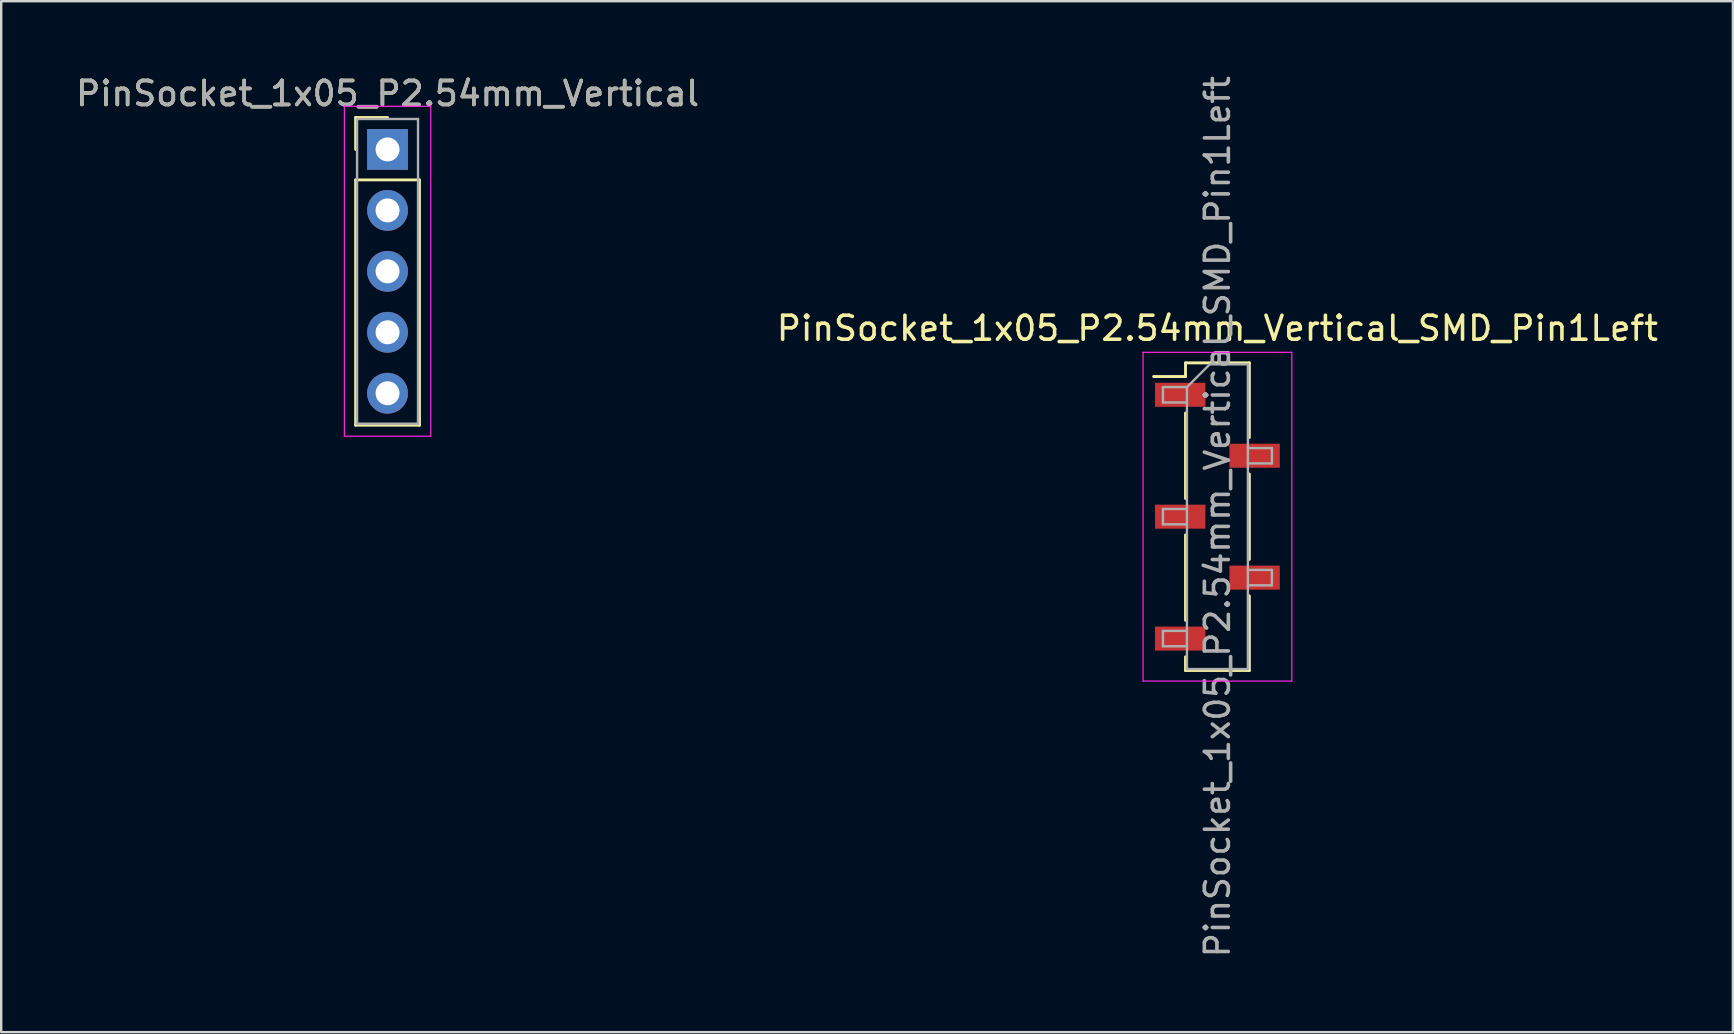
<source format=kicad_pcb>
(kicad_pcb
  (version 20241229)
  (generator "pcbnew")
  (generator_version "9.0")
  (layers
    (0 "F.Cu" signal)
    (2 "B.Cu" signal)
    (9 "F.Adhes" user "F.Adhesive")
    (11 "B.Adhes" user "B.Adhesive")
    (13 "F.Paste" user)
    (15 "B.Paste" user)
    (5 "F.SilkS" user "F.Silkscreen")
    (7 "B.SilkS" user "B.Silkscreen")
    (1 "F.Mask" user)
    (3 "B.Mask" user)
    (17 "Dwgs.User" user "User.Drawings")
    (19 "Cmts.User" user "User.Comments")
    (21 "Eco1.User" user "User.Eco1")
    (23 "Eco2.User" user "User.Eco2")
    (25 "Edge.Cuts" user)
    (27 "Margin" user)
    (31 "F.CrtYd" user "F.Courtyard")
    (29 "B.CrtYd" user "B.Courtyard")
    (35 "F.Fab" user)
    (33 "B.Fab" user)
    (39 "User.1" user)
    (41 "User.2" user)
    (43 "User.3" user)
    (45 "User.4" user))
  (footprint "PinSocket_1x05_P2.54mm_Vertical_SMD_Pin1Left"
    (layer "F.Cu")
    (at 47.685 18.482)
    (property "Reference" "PinSocket_1x05_P2.54mm_Vertical_SMD_Pin1Left" (at 0 -7.85 0) (layer "F.SilkS") (effects (font (size 1 1) (thickness 0.15))))
    (attr smd)
    (fp_line (start -2.66 -5.84) (end -1.33 -5.84) (stroke (width 0.12) (type solid)) (layer "F.SilkS"))
    (fp_line (start -1.33 -6.41) (end 1.33 -6.41) (stroke (width 0.12) (type solid)) (layer "F.SilkS"))
    (fp_line (start -1.33 -5.84) (end -1.33 -6.41) (stroke (width 0.12) (type solid)) (layer "F.SilkS"))
    (fp_line (start -1.33 -4.32) (end -1.33 -0.76) (stroke (width 0.12) (type solid)) (layer "F.SilkS"))
    (fp_line (start -1.33 0.76) (end -1.33 4.32) (stroke (width 0.12) (type solid)) (layer "F.SilkS"))
    (fp_line (start -1.33 6.41) (end -1.33 5.84) (stroke (width 0.12) (type solid)) (layer "F.SilkS"))
    (fp_line (start 1.33 -6.41) (end 1.33 -3.3) (stroke (width 0.12) (type solid)) (layer "F.SilkS"))
    (fp_line (start 1.33 -1.78) (end 1.33 1.78) (stroke (width 0.12) (type solid)) (layer "F.SilkS"))
    (fp_line (start 1.33 3.3) (end 1.33 6.41) (stroke (width 0.12) (type solid)) (layer "F.SilkS"))
    (fp_line (start 1.33 6.41) (end -1.33 6.41) (stroke (width 0.12) (type solid)) (layer "F.SilkS"))
    (fp_line (start -3.1 -6.85) (end 3.1 -6.85) (stroke (width 0.05) (type solid)) (layer "F.CrtYd"))
    (fp_line (start -3.1 6.85) (end -3.1 -6.85) (stroke (width 0.05) (type solid)) (layer "F.CrtYd"))
    (fp_line (start 3.1 -6.85) (end 3.1 6.85) (stroke (width 0.05) (type solid)) (layer "F.CrtYd"))
    (fp_line (start 3.1 6.85) (end -3.1 6.85) (stroke (width 0.05) (type solid)) (layer "F.CrtYd"))
    (fp_line (start -2.27 -5.4) (end -1.27 -5.4) (stroke (width 0.1) (type solid)) (layer "F.Fab"))
    (fp_line (start -2.27 -4.76) (end -2.27 -5.4) (stroke (width 0.1) (type solid)) (layer "F.Fab"))
    (fp_line (start -2.27 -0.32) (end -1.27 -0.32) (stroke (width 0.1) (type solid)) (layer "F.Fab"))
    (fp_line (start -2.27 0.32) (end -2.27 -0.32) (stroke (width 0.1) (type solid)) (layer "F.Fab"))
    (fp_line (start -2.27 4.76) (end -1.27 4.76) (stroke (width 0.1) (type solid)) (layer "F.Fab"))
    (fp_line (start -2.27 5.4) (end -2.27 4.76) (stroke (width 0.1) (type solid)) (layer "F.Fab"))
    (fp_line (start -1.27 -5.4) (end -0.32 -6.35) (stroke (width 0.1) (type solid)) (layer "F.Fab"))
    (fp_line (start -1.27 -4.76) (end -2.27 -4.76) (stroke (width 0.1) (type solid)) (layer "F.Fab"))
    (fp_line (start -1.27 0.32) (end -2.27 0.32) (stroke (width 0.1) (type solid)) (layer "F.Fab"))
    (fp_line (start -1.27 5.4) (end -2.27 5.4) (stroke (width 0.1) (type solid)) (layer "F.Fab"))
    (fp_line (start -1.27 6.35) (end -1.27 -5.4) (stroke (width 0.1) (type solid)) (layer "F.Fab"))
    (fp_line (start -0.32 -6.35) (end 1.27 -6.35) (stroke (width 0.1) (type solid)) (layer "F.Fab"))
    (fp_line (start 1.27 -6.35) (end 1.27 6.35) (stroke (width 0.1) (type solid)) (layer "F.Fab"))
    (fp_line (start 1.27 -2.86) (end 2.27 -2.86) (stroke (width 0.1) (type solid)) (layer "F.Fab"))
    (fp_line (start 1.27 2.22) (end 2.27 2.22) (stroke (width 0.1) (type solid)) (layer "F.Fab"))
    (fp_line (start 1.27 6.35) (end -1.27 6.35) (stroke (width 0.1) (type solid)) (layer "F.Fab"))
    (fp_line (start 2.27 -2.86) (end 2.27 -2.22) (stroke (width 0.1) (type solid)) (layer "F.Fab"))
    (fp_line (start 2.27 -2.22) (end 1.27 -2.22) (stroke (width 0.1) (type solid)) (layer "F.Fab"))
    (fp_line (start 2.27 2.22) (end 2.27 2.86) (stroke (width 0.1) (type solid)) (layer "F.Fab"))
    (fp_line (start 2.27 2.86) (end 1.27 2.86) (stroke (width 0.1) (type solid)) (layer "F.Fab"))
    (fp_text user "${REFERENCE}" (at 0 0 90) (layer "F.Fab") (effects (font (size 1 1) (thickness 0.15))))
    (pad "1" smd rect (at -1.55 -5.08) (size 2.1 1) (layers "F.Cu" "F.Mask" "F.Paste"))
    (pad "2" smd rect (at 1.55 -2.54) (size 2.1 1) (layers "F.Cu" "F.Mask" "F.Paste"))
    (pad "3" smd rect (at -1.55 0) (size 2.1 1) (layers "F.Cu" "F.Mask" "F.Paste"))
    (pad "4" smd rect (at 1.55 2.54) (size 2.1 1) (layers "F.Cu" "F.Mask" "F.Paste"))
    (pad "5" smd rect (at -1.55 5.08) (size 2.1 1) (layers "F.Cu" "F.Mask" "F.Paste")))
  (footprint "PinSocket_1x05_P2.54mm_Vertical"
    (layer "F.Cu")
    (at 13.101 3.178)
    (property "Reference" "PinSocket_1x05_P2.54mm_Vertical" (at 0 -2.33 0) (layer "F.SilkS") (effects (font (size 1 1) (thickness 0.15))))
    (attr through_hole)
    (fp_line (start -1.33 -1.33) (end 0 -1.33) (stroke (width 0.12) (type solid)) (layer "F.SilkS"))
    (fp_line (start -1.33 0) (end -1.33 -1.33) (stroke (width 0.12) (type solid)) (layer "F.SilkS"))
    (fp_line (start -1.33 1.27) (end -1.33 11.49) (stroke (width 0.12) (type solid)) (layer "F.SilkS"))
    (fp_line (start -1.33 11.49) (end 1.33 11.49) (stroke (width 0.12) (type solid)) (layer "F.SilkS"))
    (fp_line (start 1.33 1.27) (end -1.33 1.27) (stroke (width 0.12) (type solid)) (layer "F.SilkS"))
    (fp_line (start 1.33 11.49) (end 1.33 1.27) (stroke (width 0.12) (type solid)) (layer "F.SilkS"))
    (fp_line (start -1.8 -1.8) (end -1.8 11.95) (stroke (width 0.05) (type solid)) (layer "F.CrtYd"))
    (fp_line (start -1.8 11.95) (end 1.8 11.95) (stroke (width 0.05) (type solid)) (layer "F.CrtYd"))
    (fp_line (start 1.8 -1.8) (end -1.8 -1.8) (stroke (width 0.05) (type solid)) (layer "F.CrtYd"))
    (fp_line (start 1.8 11.95) (end 1.8 -1.8) (stroke (width 0.05) (type solid)) (layer "F.CrtYd"))
    (fp_line (start -1.27 -1.27) (end -1.27 11.43) (stroke (width 0.1) (type solid)) (layer "F.Fab"))
    (fp_line (start -1.27 11.43) (end 1.27 11.43) (stroke (width 0.1) (type solid)) (layer "F.Fab"))
    (fp_line (start 1.27 -1.27) (end -1.27 -1.27) (stroke (width 0.1) (type solid)) (layer "F.Fab"))
    (fp_line (start 1.27 11.43) (end 1.27 -1.27) (stroke (width 0.1) (type solid)) (layer "F.Fab"))
    (fp_text user "${REFERENCE}" (at 0 -2.33 0) (layer "F.Fab") (effects (font (size 1 1) (thickness 0.15))))
    (pad "1" thru_hole rect (at 0 0) (size 1.7 1.7) (drill 1) (layers "*.Cu" "*.Mask"))
    (pad "2" thru_hole oval (at 0 2.54) (size 1.7 1.7) (drill 1) (layers "*.Cu" "*.Mask"))
    (pad "3" thru_hole oval (at 0 5.08) (size 1.7 1.7) (drill 1) (layers "*.Cu" "*.Mask"))
    (pad "4" thru_hole oval (at 0 7.62) (size 1.7 1.7) (drill 1) (layers "*.Cu" "*.Mask"))
    (pad "5" thru_hole oval (at 0 10.16) (size 1.7 1.7) (drill 1) (layers "*.Cu" "*.Mask")))
  (gr_rect
    (start -3 -3)
    (end 69.167 39.964)
    (stroke (width 0.1) (type default))
    (fill no)
    (layer "Edge.Cuts")))
</source>
